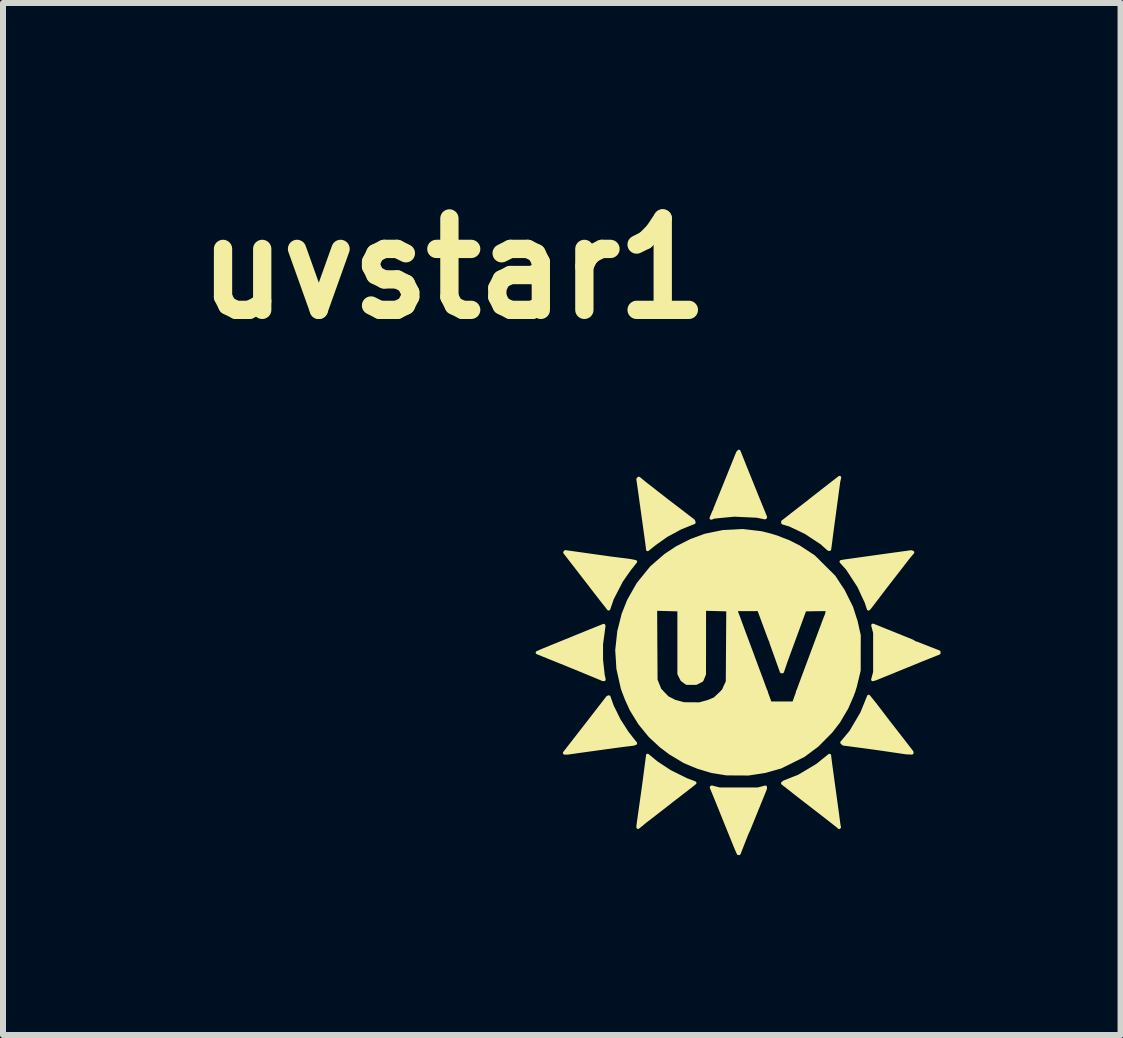
<source format=kicad_pcb>
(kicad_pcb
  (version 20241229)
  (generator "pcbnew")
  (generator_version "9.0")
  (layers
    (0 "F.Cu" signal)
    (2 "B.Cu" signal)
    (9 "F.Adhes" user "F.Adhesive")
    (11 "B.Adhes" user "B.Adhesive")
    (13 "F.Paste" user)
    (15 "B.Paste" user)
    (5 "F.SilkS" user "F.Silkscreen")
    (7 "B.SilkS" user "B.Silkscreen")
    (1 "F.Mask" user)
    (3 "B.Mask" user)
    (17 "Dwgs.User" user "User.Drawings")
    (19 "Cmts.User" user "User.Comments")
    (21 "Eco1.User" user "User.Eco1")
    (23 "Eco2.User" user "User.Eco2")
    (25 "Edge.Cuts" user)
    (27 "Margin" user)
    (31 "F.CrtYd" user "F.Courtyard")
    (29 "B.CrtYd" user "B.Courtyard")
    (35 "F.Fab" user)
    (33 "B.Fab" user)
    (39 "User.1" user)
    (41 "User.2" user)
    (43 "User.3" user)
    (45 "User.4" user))
  (footprint "uvstar1"
    (layer "F.Cu")
    (at 4.514 3.073)
    (property "Reference" "uvstar1" (at 0 -1.647 0) (layer "F.SilkS") (effects (font (size 1.524 1.524) (thickness 0.305))))
    (attr exclude_from_pos_files exclude_from_bom)
    (fp_poly (pts (xy 1.862 3.075) (xy 1.857 3.08) (xy 1.852 3.086) (xy 2.099 3.405) (xy 2.346 3.725) (xy 2.463 3.876) (xy 2.582 4.027) (xy 2.611 3.942) (xy 2.64 3.857) (xy 2.717 3.708) (xy 2.794 3.559) (xy 2.863 3.46) (xy 2.932 3.362) (xy 2.981 3.301) (xy 3.029 3.24) (xy 2.989 3.232) (xy 2.948 3.224) (xy 2.773 3.201) (xy 2.599 3.179) (xy 2.231 3.127) (xy 1.862 3.075)) (stroke (width 0.055) (type solid)) (fill yes) (layer "F.SilkS"))
    (fp_poly (pts (xy 6.263 6.47) (xy 6.161 6.552) (xy 6.059 6.634) (xy 5.907 6.725) (xy 5.754 6.816) (xy 5.63 6.865) (xy 5.507 6.914) (xy 5.495 6.924) (xy 5.483 6.933) (xy 5.621 7.041) (xy 5.758 7.149) (xy 5.994 7.331) (xy 6.229 7.513) (xy 6.326 7.589) (xy 6.423 7.665) (xy 6.424 7.665) (xy 6.424 7.666) (xy 6.406 7.531) (xy 6.388 7.396) (xy 6.335 7.01) (xy 6.282 6.624) (xy 6.272 6.547) (xy 6.263 6.47)) (stroke (width 0.055) (type solid)) (fill yes) (layer "F.SilkS"))
    (fp_poly (pts (xy 6.916 5.486) (xy 6.86 5.625) (xy 6.803 5.765) (xy 6.711 5.921) (xy 6.618 6.078) (xy 6.544 6.167) (xy 6.47 6.255) (xy 6.483 6.267) (xy 6.495 6.278) (xy 6.801 6.318) (xy 7.106 6.36) (xy 7.324 6.392) (xy 7.542 6.424) (xy 7.589 6.426) (xy 7.637 6.428) (xy 7.637 6.421) (xy 7.637 6.414) (xy 7.437 6.156) (xy 7.237 5.899) (xy 7.136 5.766) (xy 7.035 5.634) (xy 6.976 5.56) (xy 6.916 5.486)) (stroke (width 0.055) (type solid)) (fill yes) (layer "F.SilkS"))
    (fp_poly (pts (xy 2.498 4.304) (xy 2.345 4.366) (xy 2.192 4.428) (xy 1.851 4.567) (xy 1.509 4.706) (xy 1.451 4.731) (xy 1.393 4.756) (xy 1.625 4.85) (xy 1.858 4.944) (xy 2.09 5.039) (xy 2.323 5.135) (xy 2.403 5.168) (xy 2.483 5.202) (xy 2.494 5.203) (xy 2.505 5.204) (xy 2.498 5.171) (xy 2.49 5.139) (xy 2.475 5.007) (xy 2.461 4.876) (xy 2.461 4.745) (xy 2.461 4.614) (xy 2.482 4.461) (xy 2.502 4.308) (xy 2.5 4.306) (xy 2.498 4.304)) (stroke (width 0.055) (type solid)) (fill yes) (layer "F.SilkS"))
    (fp_poly (pts (xy 2.586 5.495) (xy 2.575 5.499) (xy 2.565 5.503) (xy 2.221 5.947) (xy 1.876 6.391) (xy 1.861 6.409) (xy 1.847 6.428) (xy 1.875 6.428) (xy 1.903 6.428) (xy 2.113 6.398) (xy 2.323 6.369) (xy 2.526 6.341) (xy 2.73 6.313) (xy 2.861 6.296) (xy 2.992 6.28) (xy 3.01 6.274) (xy 3.029 6.268) (xy 2.957 6.177) (xy 2.886 6.085) (xy 2.821 5.984) (xy 2.755 5.881) (xy 2.698 5.765) (xy 2.64 5.648) (xy 2.613 5.572) (xy 2.586 5.495)) (stroke (width 0.055) (type solid)) (fill yes) (layer "F.SilkS"))
    (fp_poly (pts (xy 4.301 6.998) (xy 4.298 7.001) (xy 4.295 7.003) (xy 4.358 7.156) (xy 4.42 7.309) (xy 4.558 7.651) (xy 4.697 7.994) (xy 4.721 8.049) (xy 4.744 8.103) (xy 4.75 8.103) (xy 4.756 8.103) (xy 4.816 7.948) (xy 4.877 7.793) (xy 4.897 7.747) (xy 4.918 7.702) (xy 5.056 7.362) (xy 5.194 7.022) (xy 5.194 7.01) (xy 5.194 6.999) (xy 5.132 7.015) (xy 5.07 7.031) (xy 4.751 7.031) (xy 4.431 7.031) (xy 4.366 7.015) (xy 4.301 6.998)) (stroke (width 0.055) (type solid)) (fill yes) (layer "F.SilkS"))
    (fp_poly (pts (xy 6.431 1.837) (xy 6.303 1.936) (xy 6.175 2.036) (xy 5.998 2.174) (xy 5.821 2.313) (xy 5.653 2.443) (xy 5.485 2.574) (xy 5.485 2.583) (xy 5.485 2.592) (xy 5.544 2.61) (xy 5.604 2.628) (xy 5.737 2.691) (xy 5.87 2.755) (xy 6.001 2.842) (xy 6.132 2.928) (xy 6.19 2.98) (xy 6.248 3.032) (xy 6.256 3.033) (xy 6.264 3.033) (xy 6.283 2.892) (xy 6.301 2.75) (xy 6.358 2.327) (xy 6.415 1.905) (xy 6.423 1.871) (xy 6.431 1.837)) (stroke (width 0.055) (type solid)) (fill yes) (layer "F.SilkS"))
    (fp_poly (pts (xy 7.625 3.076) (xy 7.097 3.149) (xy 6.568 3.223) (xy 6.513 3.231) (xy 6.458 3.24) (xy 6.51 3.298) (xy 6.562 3.355) (xy 6.658 3.503) (xy 6.754 3.65) (xy 6.815 3.783) (xy 6.877 3.915) (xy 6.895 3.971) (xy 6.913 4.027) (xy 6.925 4.015) (xy 6.937 4.002) (xy 7.076 3.82) (xy 7.214 3.638) (xy 7.226 3.624) (xy 7.237 3.609) (xy 7.401 3.398) (xy 7.564 3.187) (xy 7.606 3.136) (xy 7.649 3.085) (xy 7.637 3.08) (xy 7.625 3.076)) (stroke (width 0.055) (type solid)) (fill yes) (layer "F.SilkS"))
    (fp_poly (pts (xy 3.085 1.851) (xy 3.078 1.857) (xy 3.071 1.864) (xy 3.1 2.067) (xy 3.128 2.269) (xy 3.18 2.641) (xy 3.212 2.874) (xy 3.231 3.014) (xy 3.231 3.026) (xy 3.232 3.037) (xy 3.293 2.987) (xy 3.355 2.938) (xy 3.45 2.871) (xy 3.544 2.804) (xy 3.661 2.741) (xy 3.777 2.678) (xy 3.89 2.632) (xy 4.004 2.587) (xy 4 2.573) (xy 3.996 2.56) (xy 3.778 2.392) (xy 3.558 2.224) (xy 3.377 2.083) (xy 3.195 1.941) (xy 3.14 1.896) (xy 3.085 1.851)) (stroke (width 0.055) (type solid)) (fill yes) (layer "F.SilkS"))
    (fp_poly (pts (xy 4.753 1.401) (xy 4.743 1.413) (xy 4.733 1.424) (xy 4.645 1.642) (xy 4.557 1.861) (xy 4.455 2.113) (xy 4.353 2.364) (xy 4.361 2.364) (xy 4.369 2.364) (xy 4.353 2.383) (xy 4.337 2.402) (xy 4.314 2.458) (xy 4.291 2.513) (xy 4.314 2.504) (xy 4.338 2.495) (xy 4.508 2.478) (xy 4.678 2.462) (xy 4.867 2.471) (xy 5.056 2.48) (xy 5.122 2.494) (xy 5.187 2.507) (xy 5.191 2.503) (xy 5.196 2.498) (xy 5.034 2.1) (xy 4.873 1.701) (xy 4.813 1.551) (xy 4.753 1.401)) (stroke (width 0.055) (type solid)) (fill yes) (layer "F.SilkS"))
    (fp_poly (pts (xy 6.986 4.301) (xy 7.002 4.363) (xy 7.018 4.425) (xy 7.018 4.753) (xy 7.018 5.08) (xy 7.002 5.143) (xy 6.985 5.205) (xy 7.01 5.198) (xy 7.034 5.19) (xy 7.412 5.036) (xy 7.789 4.882) (xy 7.939 4.822) (xy 8.087 4.763) (xy 8.087 4.754) (xy 8.087 4.745) (xy 7.902 4.673) (xy 7.717 4.6) (xy 7.71 4.599) (xy 7.702 4.599) (xy 7.669 4.58) (xy 7.635 4.561) (xy 7.4 4.466) (xy 7.164 4.371) (xy 7.078 4.336) (xy 6.991 4.301) (xy 6.989 4.301) (xy 6.986 4.301)) (stroke (width 0.055) (type solid)) (fill yes) (layer "F.SilkS"))
    (fp_poly (pts (xy 3.231 6.469) (xy 3.231 6.474) (xy 3.231 6.479) (xy 3.196 6.748) (xy 3.16 7.018) (xy 3.116 7.329) (xy 3.072 7.641) (xy 3.072 7.654) (xy 3.072 7.668) (xy 3.105 7.641) (xy 3.138 7.615) (xy 3.159 7.596) (xy 3.181 7.578) (xy 3.392 7.415) (xy 3.602 7.252) (xy 3.617 7.24) (xy 3.631 7.228) (xy 3.726 7.156) (xy 3.82 7.083) (xy 3.908 7.015) (xy 3.995 6.947) (xy 4.006 6.937) (xy 4.018 6.928) (xy 3.948 6.901) (xy 3.878 6.875) (xy 3.74 6.807) (xy 3.602 6.738) (xy 3.489 6.664) (xy 3.376 6.589) (xy 3.304 6.529) (xy 3.231 6.469)) (stroke (width 0.055) (type solid)) (fill yes) (layer "F.SilkS"))
    (fp_poly (pts (xy 2.831 5.401) (xy 2.846 5.442) (xy 2.88 5.532) (xy 2.92 5.619) (xy 2.96 5.707) (xy 3.03 5.821) (xy 3.101 5.935) (xy 3.186 6.04) (xy 3.272 6.145) (xy 3.363 6.229) (xy 3.453 6.313) (xy 3.529 6.37) (xy 3.605 6.428) (xy 3.724 6.499) (xy 3.843 6.571) (xy 3.954 6.618) (xy 4.066 6.664) (xy 4.183 6.7) (xy 4.3 6.735) (xy 4.424 6.755) (xy 4.424 6.755) (xy 4.548 6.775) (xy 4.729 6.776) (xy 4.911 6.777) (xy 5.049 6.756) (xy 5.187 6.735) (xy 5.318 6.698) (xy 5.449 6.661) (xy 5.639 6.567) (xy 5.83 6.472) (xy 5.945 6.387) (xy 6.06 6.301) (xy 6.174 6.186) (xy 6.288 6.071) (xy 6.352 5.988) (xy 6.416 5.905) (xy 6.483 5.791) (xy 6.55 5.678) (xy 6.598 5.568) (xy 6.645 5.459) (xy 6.665 5.401) (xy 5.737 5.401) (xy 5.721 5.448) (xy 5.667 5.598) (xy 5.471 5.598) (xy 5.274 5.598) (xy 5.206 5.412) (xy 5.202 5.401) (xy 4.484 5.401) (xy 4.422 5.46) (xy 4.351 5.526) (xy 4.296 5.55) (xy 4.242 5.572) (xy 4.169 5.592) (xy 4.096 5.612) (xy 3.966 5.611) (xy 3.835 5.61) (xy 3.758 5.589) (xy 3.682 5.569) (xy 3.623 5.538) (xy 3.563 5.508) (xy 3.5 5.443) (xy 3.459 5.401) (xy 2.831 5.401)) (stroke (width 0.055) (type solid)) (fill yes) (layer "F.SilkS"))
    (fp_poly (pts (xy 4.816 2.723) (xy 4.652 2.732) (xy 4.489 2.74) (xy 4.341 2.77) (xy 4.192 2.801) (xy 4.072 2.845) (xy 3.951 2.89) (xy 3.835 2.949) (xy 3.719 3.008) (xy 3.624 3.071) (xy 3.53 3.133) (xy 3.412 3.235) (xy 3.295 3.337) (xy 3.184 3.474) (xy 3.073 3.611) (xy 2.994 3.75) (xy 2.915 3.89) (xy 2.87 4.004) (xy 2.824 4.119) (xy 2.789 4.26) (xy 2.753 4.401) (xy 2.736 4.558) (xy 2.719 4.716) (xy 2.729 4.869) (xy 2.738 5.022) (xy 2.775 5.186) (xy 2.812 5.351) (xy 2.831 5.401) (xy 3.459 5.401) (xy 3.437 5.378) (xy 3.403 5.295) (xy 3.37 5.212) (xy 3.366 4.631) (xy 3.363 4.05) (xy 3.368 4.041) (xy 3.374 4.031) (xy 3.565 4.036) (xy 3.755 4.041) (xy 3.755 4.575) (xy 3.755 5.109) (xy 3.78 5.159) (xy 3.806 5.21) (xy 3.845 5.238) (xy 3.883 5.266) (xy 3.962 5.266) (xy 4.039 5.266) (xy 4.087 5.242) (xy 4.135 5.217) (xy 4.156 5.167) (xy 4.177 5.116) (xy 4.178 4.583) (xy 4.178 4.048) (xy 4.183 4.04) (xy 4.188 4.031) (xy 4.379 4.036) (xy 4.57 4.041) (xy 4.566 4.641) (xy 4.562 5.241) (xy 4.527 5.316) (xy 4.493 5.392) (xy 4.484 5.401) (xy 5.202 5.401) (xy 5.138 5.226) (xy 5.051 4.993) (xy 4.965 4.76) (xy 4.837 4.417) (xy 4.711 4.075) (xy 4.709 4.056) (xy 4.707 4.037) (xy 4.896 4.037) (xy 5.085 4.036) (xy 5.173 4.274) (xy 5.261 4.512) (xy 5.273 4.541) (xy 5.286 4.57) (xy 5.288 4.579) (xy 5.289 4.587) (xy 5.376 4.83) (xy 5.463 5.073) (xy 5.47 5.073) (xy 5.478 5.073) (xy 5.509 4.982) (xy 5.54 4.891) (xy 5.695 4.469) (xy 5.849 4.048) (xy 5.853 4.044) (xy 5.857 4.041) (xy 6.045 4.038) (xy 6.234 4.036) (xy 6.23 4.052) (xy 6.226 4.069) (xy 6.221 4.094) (xy 6.216 4.119) (xy 6.198 4.163) (xy 6.181 4.206) (xy 5.977 4.753) (xy 5.774 5.299) (xy 5.737 5.401) (xy 6.665 5.401) (xy 6.669 5.389) (xy 6.692 5.319) (xy 6.724 5.185) (xy 6.756 5.051) (xy 6.756 4.76) (xy 6.757 4.468) (xy 6.731 4.352) (xy 6.705 4.235) (xy 6.667 4.119) (xy 6.63 4.002) (xy 6.561 3.864) (xy 6.492 3.725) (xy 6.415 3.609) (xy 6.339 3.492) (xy 6.17 3.324) (xy 6.001 3.156) (xy 5.878 3.075) (xy 5.754 2.994) (xy 5.667 2.95) (xy 5.58 2.906) (xy 5.485 2.87) (xy 5.39 2.832) (xy 5.34 2.817) (xy 5.289 2.801) (xy 5.209 2.78) (xy 5.129 2.76) (xy 4.972 2.741) (xy 4.816 2.723)) (stroke (width 0.055) (type solid)) (fill yes) (layer "F.SilkS")))
  (gr_rect
    (start -3 -3)
    (end 15.629 14.203)
    (stroke (width 0.1) (type default))
    (fill no)
    (layer "Edge.Cuts")))
</source>
